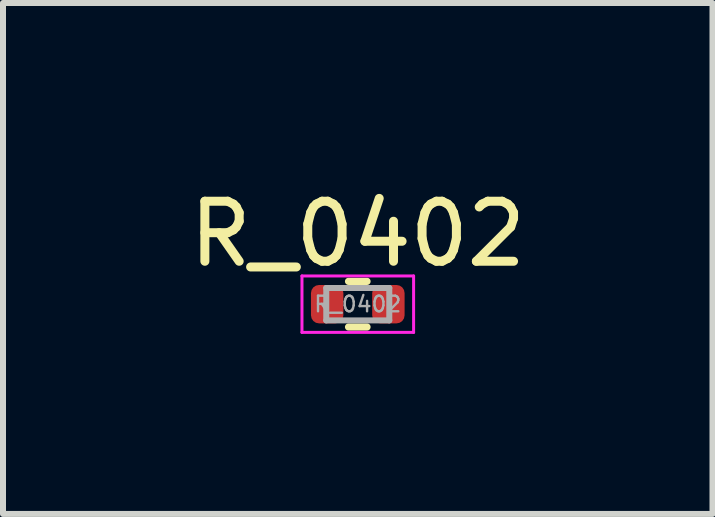
<source format=kicad_pcb>
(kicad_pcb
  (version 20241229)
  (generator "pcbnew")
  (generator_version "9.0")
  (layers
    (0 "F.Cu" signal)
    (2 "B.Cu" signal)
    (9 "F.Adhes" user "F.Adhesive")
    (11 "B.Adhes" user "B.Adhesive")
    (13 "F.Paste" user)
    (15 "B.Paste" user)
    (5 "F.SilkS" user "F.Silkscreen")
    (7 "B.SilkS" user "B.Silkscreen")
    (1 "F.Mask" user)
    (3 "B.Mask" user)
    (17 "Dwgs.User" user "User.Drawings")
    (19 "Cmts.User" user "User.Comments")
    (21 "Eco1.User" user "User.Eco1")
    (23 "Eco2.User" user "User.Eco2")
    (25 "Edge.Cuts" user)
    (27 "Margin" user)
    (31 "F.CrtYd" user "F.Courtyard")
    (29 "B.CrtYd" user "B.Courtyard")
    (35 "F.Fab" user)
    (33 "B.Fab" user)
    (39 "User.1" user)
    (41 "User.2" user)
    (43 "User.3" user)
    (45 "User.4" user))
  (footprint "R_0402"
    (layer "F.Cu")
    (at 2.911 2.018)
    (property "Reference" "R_0402" (at 0 -1.17 0) (layer "F.SilkS") (effects (font (size 1 1) (thickness 0.15))))
    (attr smd)
    (fp_line (start -0.154 -0.38) (end 0.154 -0.38) (stroke (width 0.12) (type solid)) (layer "F.SilkS"))
    (fp_line (start -0.154 0.38) (end 0.154 0.38) (stroke (width 0.12) (type solid)) (layer "F.SilkS"))
    (fp_line (start -0.93 -0.47) (end 0.93 -0.47) (stroke (width 0.05) (type solid)) (layer "F.CrtYd"))
    (fp_line (start -0.93 0.47) (end -0.93 -0.47) (stroke (width 0.05) (type solid)) (layer "F.CrtYd"))
    (fp_line (start 0.93 -0.47) (end 0.93 0.47) (stroke (width 0.05) (type solid)) (layer "F.CrtYd"))
    (fp_line (start 0.93 0.47) (end -0.93 0.47) (stroke (width 0.05) (type solid)) (layer "F.CrtYd"))
    (fp_line (start -0.525 -0.27) (end 0.525 -0.27) (stroke (width 0.1) (type solid)) (layer "F.Fab"))
    (fp_line (start -0.525 0.27) (end -0.525 -0.27) (stroke (width 0.1) (type solid)) (layer "F.Fab"))
    (fp_line (start 0.525 -0.27) (end 0.525 0.27) (stroke (width 0.1) (type solid)) (layer "F.Fab"))
    (fp_line (start 0.525 0.27) (end -0.525 0.27) (stroke (width 0.1) (type solid)) (layer "F.Fab"))
    (fp_text user "${REFERENCE}" (at 0 0 0) (layer "F.Fab") (effects (font (size 0.26 0.26) (thickness 0.04))))
    (pad "1" smd roundrect (at -0.51 0) (size 0.54 0.64) (layers "F.Cu" "F.Mask" "F.Paste") (roundrect_rratio 0.25))
    (pad "2" smd roundrect (at 0.51 0) (size 0.54 0.64) (layers "F.Cu" "F.Mask" "F.Paste") (roundrect_rratio 0.25)))
  (gr_rect
    (start -3 -3)
    (end 8.821 5.513)
    (stroke (width 0.1) (type default))
    (fill no)
    (layer "Edge.Cuts")))
</source>
